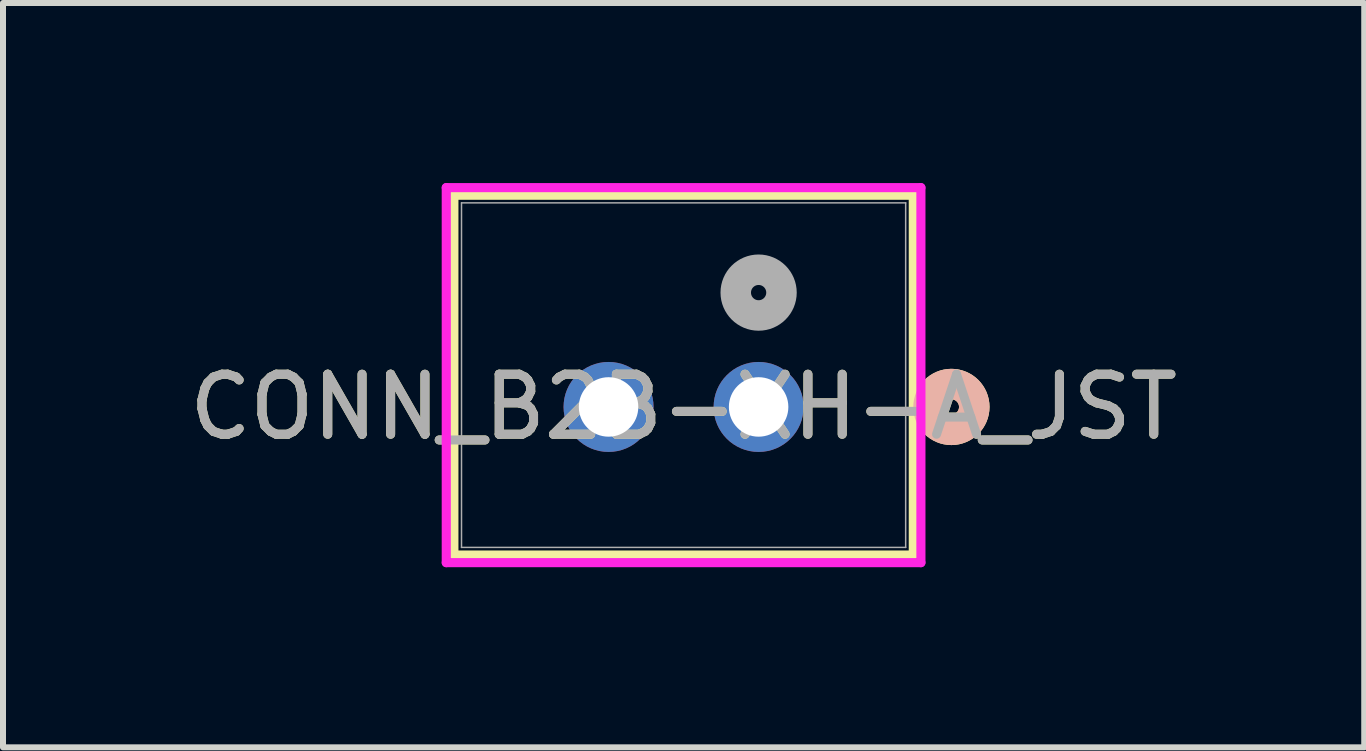
<source format=kicad_pcb>
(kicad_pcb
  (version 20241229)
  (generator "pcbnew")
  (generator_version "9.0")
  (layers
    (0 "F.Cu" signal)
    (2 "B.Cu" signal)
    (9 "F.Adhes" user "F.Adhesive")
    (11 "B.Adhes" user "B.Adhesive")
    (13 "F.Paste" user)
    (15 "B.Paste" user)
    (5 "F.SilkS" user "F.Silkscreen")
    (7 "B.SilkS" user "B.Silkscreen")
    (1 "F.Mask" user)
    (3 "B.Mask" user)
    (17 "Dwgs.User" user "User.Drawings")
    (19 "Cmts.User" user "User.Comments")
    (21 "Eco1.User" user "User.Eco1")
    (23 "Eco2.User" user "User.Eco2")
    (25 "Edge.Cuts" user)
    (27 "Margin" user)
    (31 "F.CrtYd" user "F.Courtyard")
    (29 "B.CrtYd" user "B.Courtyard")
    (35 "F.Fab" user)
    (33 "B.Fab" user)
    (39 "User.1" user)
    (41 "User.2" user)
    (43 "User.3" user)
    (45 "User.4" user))
  (footprint "CONN_B2B-XH-A_JST"
    (layer "F.Cu")
    (at 9.589 3.73)
    (property "Reference" "CONN_B2B-XH-A_JST" (at -1.25 0 0) (unlocked yes) (layer "F.SilkS") (effects (font (size 1 1) (thickness 0.15))))
    (attr through_hole)
    (fp_line (start -5.077 -3.527) (end -5.077 2.467) (stroke (width 0.152) (type solid)) (layer "F.SilkS"))
    (fp_line (start -5.077 2.467) (end 2.577 2.467) (stroke (width 0.152) (type solid)) (layer "F.SilkS"))
    (fp_line (start 2.577 -3.527) (end -5.077 -3.527) (stroke (width 0.152) (type solid)) (layer "F.SilkS"))
    (fp_line (start 2.577 2.467) (end 2.577 -3.527) (stroke (width 0.152) (type solid)) (layer "F.SilkS"))
    (fp_circle (center 3.212 0) (end 3.593 0) (stroke (width 0.508) (type solid)) (fill no) (layer "F.SilkS"))
    (fp_circle (center 3.212 0) (end 3.593 0) (stroke (width 0.508) (type solid)) (fill no) (layer "B.SilkS"))
    (fp_line (start -5.204 -3.654) (end -5.204 2.594) (stroke (width 0.152) (type solid)) (layer "F.CrtYd"))
    (fp_line (start -5.204 2.594) (end 2.704 2.594) (stroke (width 0.152) (type solid)) (layer "F.CrtYd"))
    (fp_line (start 2.704 -3.654) (end -5.204 -3.654) (stroke (width 0.152) (type solid)) (layer "F.CrtYd"))
    (fp_line (start 2.704 2.594) (end 2.704 -3.654) (stroke (width 0.152) (type solid)) (layer "F.CrtYd"))
    (fp_line (start -4.95 -3.4) (end -4.95 2.34) (stroke (width 0.025) (type solid)) (layer "F.Fab"))
    (fp_line (start -4.95 2.34) (end 2.45 2.34) (stroke (width 0.025) (type solid)) (layer "F.Fab"))
    (fp_line (start 2.45 -3.4) (end -4.95 -3.4) (stroke (width 0.025) (type solid)) (layer "F.Fab"))
    (fp_line (start 2.45 2.34) (end 2.45 -3.4) (stroke (width 0.025) (type solid)) (layer "F.Fab"))
    (fp_circle (center 0 -1.905) (end 0.381 -1.905) (stroke (width 0.508) (type solid)) (fill no) (layer "F.Fab"))
    (fp_text user "${REFERENCE}" (at -1.25 0 0) (unlocked yes) (layer "F.Fab") (effects (font (size 1 1) (thickness 0.15))))
    (pad "1" thru_hole circle (at 0 0) (size 1.499 1.499) (drill 0.991) (layers "*.Cu" "*.Mask"))
    (pad "2" thru_hole circle (at -2.5 0) (size 1.499 1.499) (drill 0.991) (layers "*.Cu" "*.Mask")))
  (gr_rect
    (start -3 -3)
    (end 19.679 9.401)
    (stroke (width 0.1) (type default))
    (fill no)
    (layer "Edge.Cuts")))
</source>
